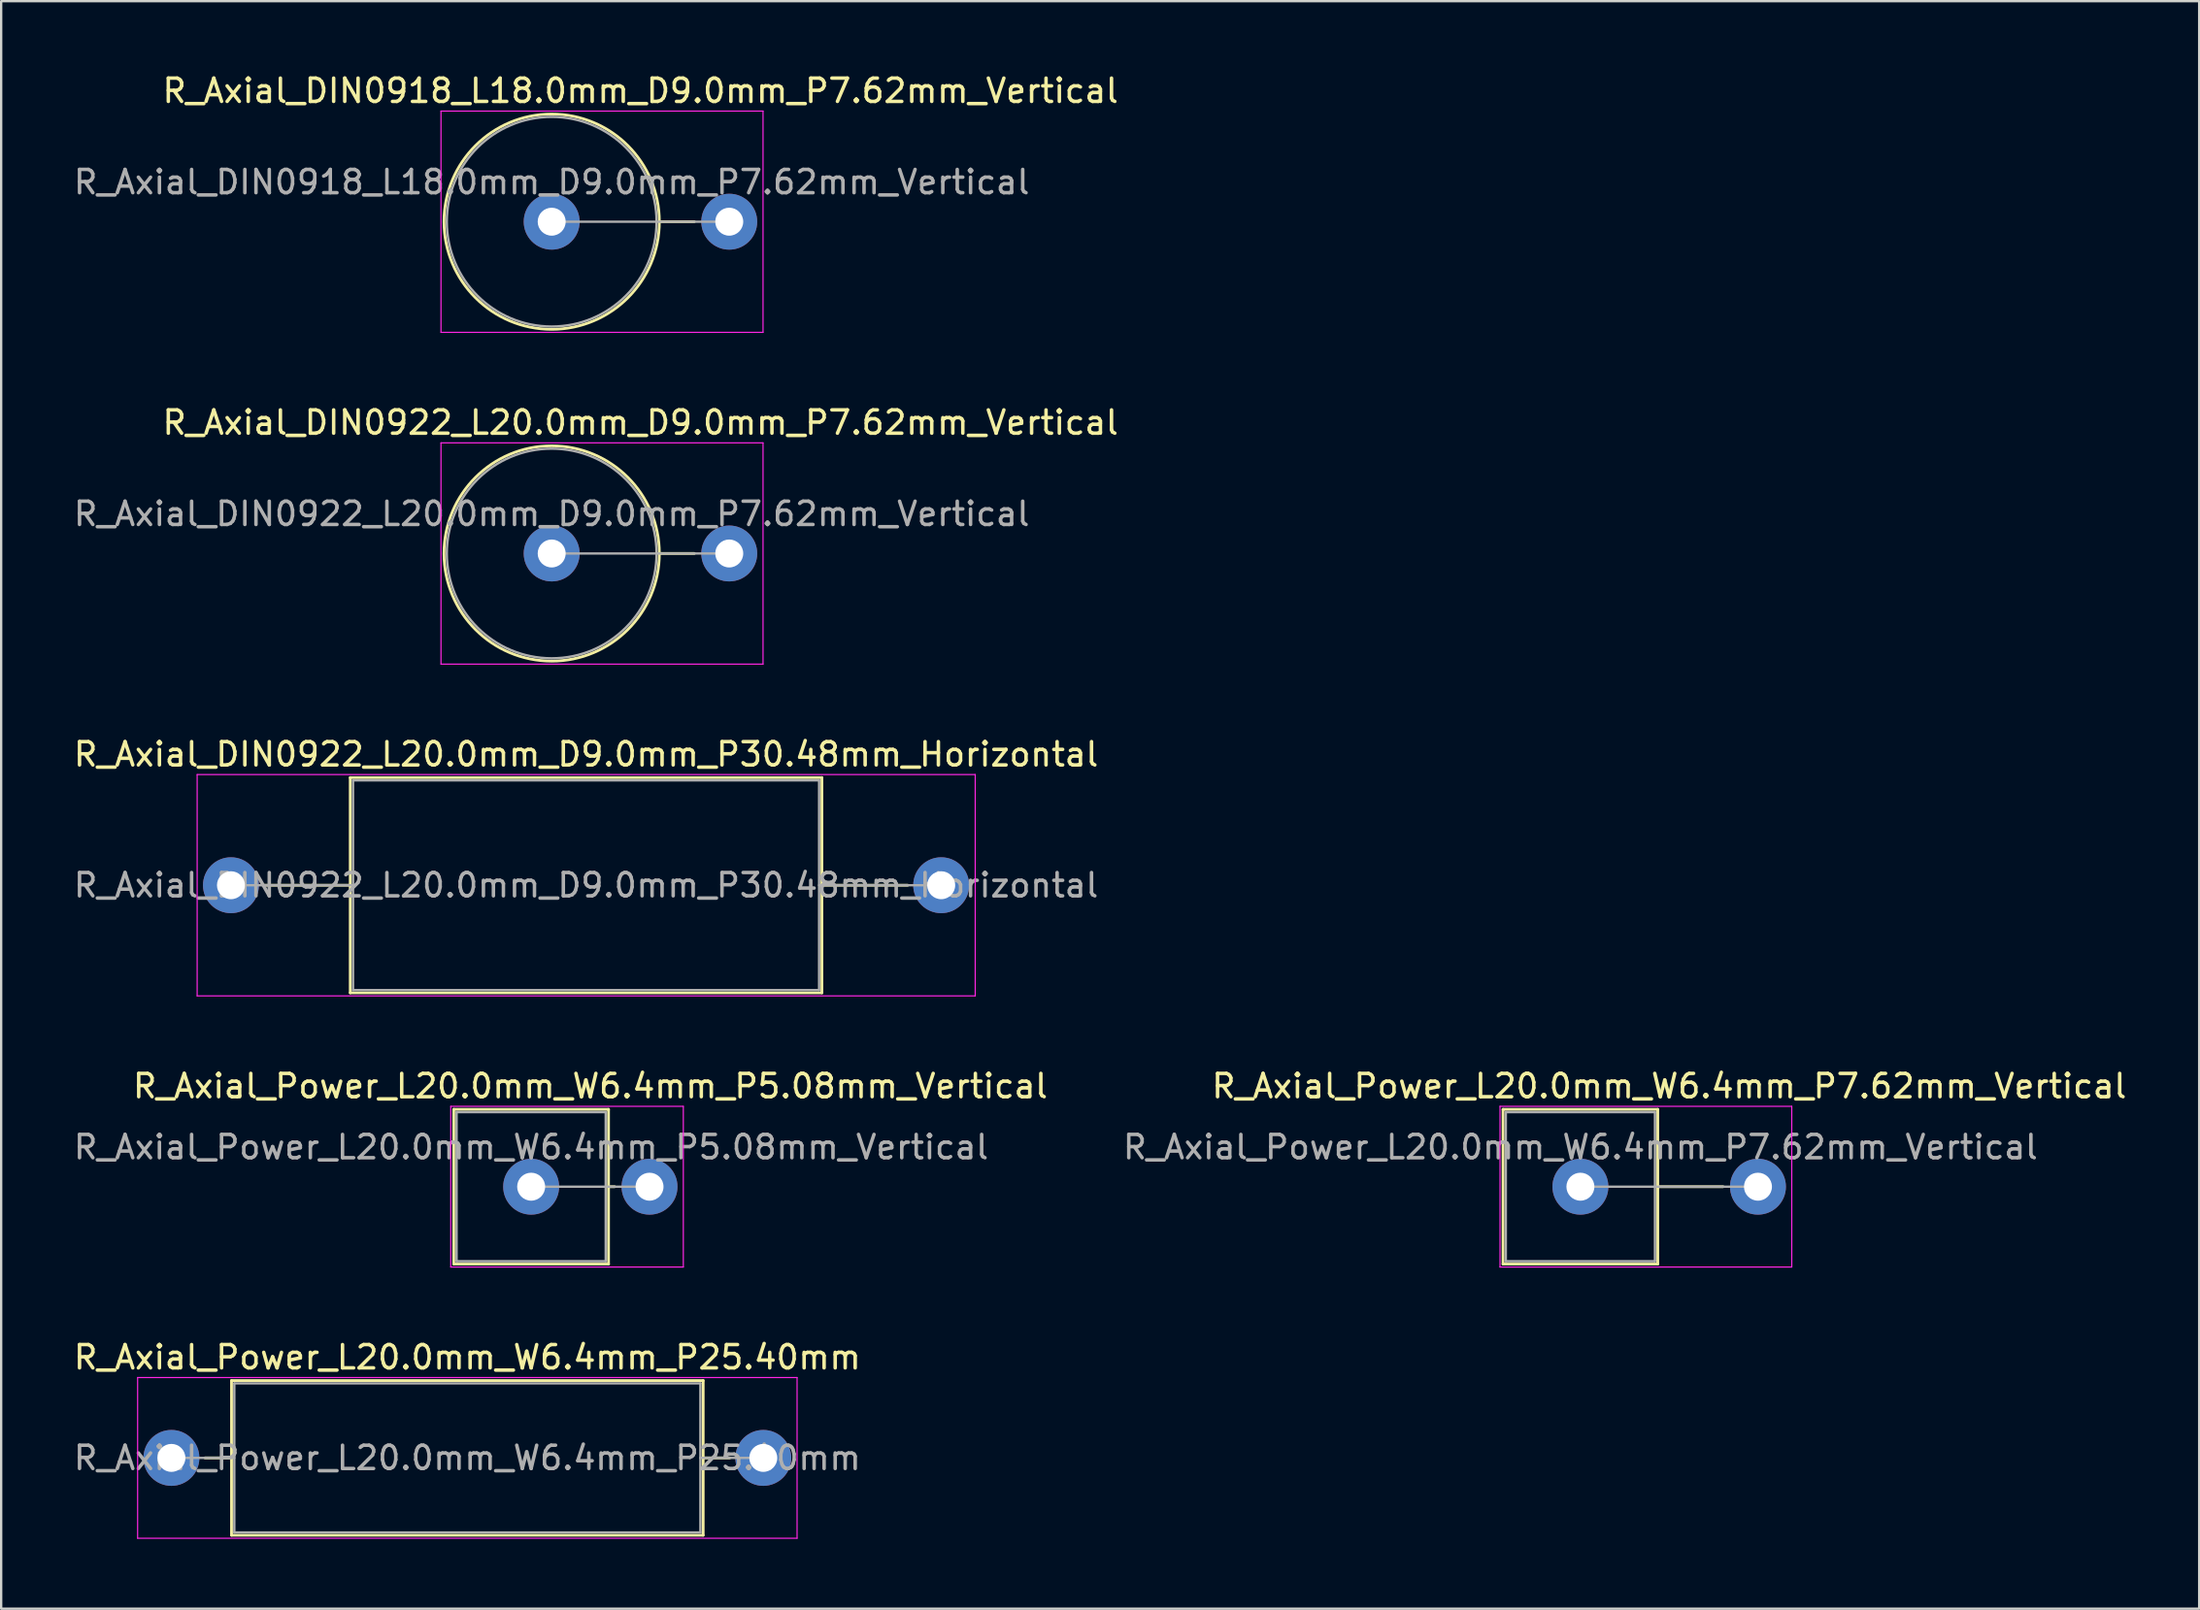
<source format=kicad_pcb>
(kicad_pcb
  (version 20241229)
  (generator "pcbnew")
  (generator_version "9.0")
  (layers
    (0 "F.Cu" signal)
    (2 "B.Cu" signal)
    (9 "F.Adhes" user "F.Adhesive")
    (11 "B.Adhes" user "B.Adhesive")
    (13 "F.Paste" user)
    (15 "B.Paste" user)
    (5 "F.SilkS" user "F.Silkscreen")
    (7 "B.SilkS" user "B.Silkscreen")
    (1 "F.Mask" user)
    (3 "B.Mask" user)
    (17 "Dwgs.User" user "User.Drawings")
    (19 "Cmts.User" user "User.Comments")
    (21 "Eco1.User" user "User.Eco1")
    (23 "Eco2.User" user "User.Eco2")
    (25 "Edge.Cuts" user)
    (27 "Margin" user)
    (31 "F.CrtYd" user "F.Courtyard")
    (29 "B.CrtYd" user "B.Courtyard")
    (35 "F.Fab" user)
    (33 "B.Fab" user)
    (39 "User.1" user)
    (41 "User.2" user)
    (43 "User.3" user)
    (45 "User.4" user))
  (footprint "R_Axial_Power_L20.0mm_W6.4mm_P7.62mm_Vertical"
    (layer "F.Cu")
    (at 64.772 47.898)
    (property "Reference" "R_Axial_Power_L20.0mm_W6.4mm_P7.62mm_Vertical" (at 3.81 -4.32 0) (layer "F.SilkS") (effects (font (size 1 1) (thickness 0.15))))
    (attr through_hole)
    (fp_line (start -3.32 -3.32) (end -3.32 3.32) (stroke (width 0.12) (type solid)) (layer "F.SilkS"))
    (fp_line (start -3.32 3.32) (end 3.32 3.32) (stroke (width 0.12) (type solid)) (layer "F.SilkS"))
    (fp_line (start 3.32 -3.32) (end -3.32 -3.32) (stroke (width 0.12) (type solid)) (layer "F.SilkS"))
    (fp_line (start 3.32 0) (end 6.12 0) (stroke (width 0.12) (type solid)) (layer "F.SilkS"))
    (fp_line (start 3.32 3.32) (end 3.32 -3.32) (stroke (width 0.12) (type solid)) (layer "F.SilkS"))
    (fp_line (start -3.45 -3.45) (end -3.45 3.45) (stroke (width 0.05) (type solid)) (layer "F.CrtYd"))
    (fp_line (start -3.45 3.45) (end 9.07 3.45) (stroke (width 0.05) (type solid)) (layer "F.CrtYd"))
    (fp_line (start 9.07 -3.45) (end -3.45 -3.45) (stroke (width 0.05) (type solid)) (layer "F.CrtYd"))
    (fp_line (start 9.07 3.45) (end 9.07 -3.45) (stroke (width 0.05) (type solid)) (layer "F.CrtYd"))
    (fp_line (start -3.2 -3.2) (end -3.2 3.2) (stroke (width 0.1) (type solid)) (layer "F.Fab"))
    (fp_line (start -3.2 3.2) (end 3.2 3.2) (stroke (width 0.1) (type solid)) (layer "F.Fab"))
    (fp_line (start 0 0) (end 7.62 0) (stroke (width 0.1) (type solid)) (layer "F.Fab"))
    (fp_line (start 3.2 -3.2) (end -3.2 -3.2) (stroke (width 0.1) (type solid)) (layer "F.Fab"))
    (fp_line (start 3.2 3.2) (end 3.2 -3.2) (stroke (width 0.1) (type solid)) (layer "F.Fab"))
    (fp_text user "${REFERENCE}" (at 0 -1.7 0) (layer "F.Fab") (effects (font (size 1 1) (thickness 0.15))))
    (pad "1" thru_hole circle (at 0 0) (size 2.4 2.4) (drill 1.2) (layers "*.Cu" "*.Mask"))
    (pad "2" thru_hole oval (at 7.62 0) (size 2.4 2.4) (drill 1.2) (layers "*.Cu" "*.Mask")))
  (footprint "R_Axial_DIN0922_L20.0mm_D9.0mm_P7.62mm_Vertical"
    (layer "F.Cu")
    (at 20.625 20.712)
    (property "Reference" "R_Axial_DIN0922_L20.0mm_D9.0mm_P7.62mm_Vertical" (at 3.81 -5.62 0) (layer "F.SilkS") (effects (font (size 1 1) (thickness 0.15))))
    (attr through_hole)
    (fp_line (start 4.62 0) (end 6.12 0) (stroke (width 0.12) (type solid)) (layer "F.SilkS"))
    (fp_circle (center 0 0) (end 4.62 0) (stroke (width 0.12) (type solid)) (fill no) (layer "F.SilkS"))
    (fp_line (start -4.75 -4.75) (end -4.75 4.75) (stroke (width 0.05) (type solid)) (layer "F.CrtYd"))
    (fp_line (start -4.75 4.75) (end 9.07 4.75) (stroke (width 0.05) (type solid)) (layer "F.CrtYd"))
    (fp_line (start 9.07 -4.75) (end -4.75 -4.75) (stroke (width 0.05) (type solid)) (layer "F.CrtYd"))
    (fp_line (start 9.07 4.75) (end 9.07 -4.75) (stroke (width 0.05) (type solid)) (layer "F.CrtYd"))
    (fp_line (start 0 0) (end 7.62 0) (stroke (width 0.1) (type solid)) (layer "F.Fab"))
    (fp_circle (center 0 0) (end 4.5 0) (stroke (width 0.1) (type solid)) (fill no) (layer "F.Fab"))
    (fp_text user "${REFERENCE}" (at 0 -1.7 0) (layer "F.Fab") (effects (font (size 1 1) (thickness 0.15))))
    (pad "1" thru_hole circle (at 0 0) (size 2.4 2.4) (drill 1.2) (layers "*.Cu" "*.Mask"))
    (pad "2" thru_hole oval (at 7.62 0) (size 2.4 2.4) (drill 1.2) (layers "*.Cu" "*.Mask")))
  (footprint "R_Axial_DIN0922_L20.0mm_D9.0mm_P30.48mm_Horizontal"
    (layer "F.Cu")
    (at 6.861 34.955)
    (property "Reference" "R_Axial_DIN0922_L20.0mm_D9.0mm_P30.48mm_Horizontal" (at 15.24 -5.62 0) (layer "F.SilkS") (effects (font (size 1 1) (thickness 0.15))))
    (attr through_hole)
    (fp_line (start 1.44 0) (end 5.12 0) (stroke (width 0.12) (type solid)) (layer "F.SilkS"))
    (fp_line (start 5.12 -4.62) (end 5.12 4.62) (stroke (width 0.12) (type solid)) (layer "F.SilkS"))
    (fp_line (start 5.12 4.62) (end 25.36 4.62) (stroke (width 0.12) (type solid)) (layer "F.SilkS"))
    (fp_line (start 25.36 -4.62) (end 5.12 -4.62) (stroke (width 0.12) (type solid)) (layer "F.SilkS"))
    (fp_line (start 25.36 4.62) (end 25.36 -4.62) (stroke (width 0.12) (type solid)) (layer "F.SilkS"))
    (fp_line (start 29.04 0) (end 25.36 0) (stroke (width 0.12) (type solid)) (layer "F.SilkS"))
    (fp_line (start -1.45 -4.75) (end -1.45 4.75) (stroke (width 0.05) (type solid)) (layer "F.CrtYd"))
    (fp_line (start -1.45 4.75) (end 31.94 4.75) (stroke (width 0.05) (type solid)) (layer "F.CrtYd"))
    (fp_line (start 31.94 -4.75) (end -1.45 -4.75) (stroke (width 0.05) (type solid)) (layer "F.CrtYd"))
    (fp_line (start 31.94 4.75) (end 31.94 -4.75) (stroke (width 0.05) (type solid)) (layer "F.CrtYd"))
    (fp_line (start 0 0) (end 5.24 0) (stroke (width 0.1) (type solid)) (layer "F.Fab"))
    (fp_line (start 5.24 -4.5) (end 5.24 4.5) (stroke (width 0.1) (type solid)) (layer "F.Fab"))
    (fp_line (start 5.24 4.5) (end 25.24 4.5) (stroke (width 0.1) (type solid)) (layer "F.Fab"))
    (fp_line (start 25.24 -4.5) (end 5.24 -4.5) (stroke (width 0.1) (type solid)) (layer "F.Fab"))
    (fp_line (start 25.24 4.5) (end 25.24 -4.5) (stroke (width 0.1) (type solid)) (layer "F.Fab"))
    (fp_line (start 30.48 0) (end 25.24 0) (stroke (width 0.1) (type solid)) (layer "F.Fab"))
    (fp_text user "${REFERENCE}" (at 15.24 0 0) (layer "F.Fab") (effects (font (size 1 1) (thickness 0.15))))
    (pad "1" thru_hole circle (at 0 0) (size 2.4 2.4) (drill 1.2) (layers "*.Cu" "*.Mask"))
    (pad "2" thru_hole oval (at 30.48 0) (size 2.4 2.4) (drill 1.2) (layers "*.Cu" "*.Mask")))
  (footprint "R_Axial_Power_L20.0mm_W6.4mm_P5.08mm_Vertical"
    (layer "F.Cu")
    (at 19.744 47.898)
    (property "Reference" "R_Axial_Power_L20.0mm_W6.4mm_P5.08mm_Vertical" (at 2.54 -4.32 0) (layer "F.SilkS") (effects (font (size 1 1) (thickness 0.15))))
    (attr through_hole)
    (fp_line (start -3.32 -3.32) (end -3.32 3.32) (stroke (width 0.12) (type solid)) (layer "F.SilkS"))
    (fp_line (start -3.32 3.32) (end 3.32 3.32) (stroke (width 0.12) (type solid)) (layer "F.SilkS"))
    (fp_line (start 3.32 -3.32) (end -3.32 -3.32) (stroke (width 0.12) (type solid)) (layer "F.SilkS"))
    (fp_line (start 3.32 0) (end 3.58 0) (stroke (width 0.12) (type solid)) (layer "F.SilkS"))
    (fp_line (start 3.32 3.32) (end 3.32 -3.32) (stroke (width 0.12) (type solid)) (layer "F.SilkS"))
    (fp_line (start -3.45 -3.45) (end -3.45 3.45) (stroke (width 0.05) (type solid)) (layer "F.CrtYd"))
    (fp_line (start -3.45 3.45) (end 6.53 3.45) (stroke (width 0.05) (type solid)) (layer "F.CrtYd"))
    (fp_line (start 6.53 -3.45) (end -3.45 -3.45) (stroke (width 0.05) (type solid)) (layer "F.CrtYd"))
    (fp_line (start 6.53 3.45) (end 6.53 -3.45) (stroke (width 0.05) (type solid)) (layer "F.CrtYd"))
    (fp_line (start -3.2 -3.2) (end -3.2 3.2) (stroke (width 0.1) (type solid)) (layer "F.Fab"))
    (fp_line (start -3.2 3.2) (end 3.2 3.2) (stroke (width 0.1) (type solid)) (layer "F.Fab"))
    (fp_line (start 0 0) (end 5.08 0) (stroke (width 0.1) (type solid)) (layer "F.Fab"))
    (fp_line (start 3.2 -3.2) (end -3.2 -3.2) (stroke (width 0.1) (type solid)) (layer "F.Fab"))
    (fp_line (start 3.2 3.2) (end 3.2 -3.2) (stroke (width 0.1) (type solid)) (layer "F.Fab"))
    (fp_text user "${REFERENCE}" (at 0 -1.7 0) (layer "F.Fab") (effects (font (size 1 1) (thickness 0.15))))
    (pad "1" thru_hole circle (at 0 0) (size 2.4 2.4) (drill 1.2) (layers "*.Cu" "*.Mask"))
    (pad "2" thru_hole oval (at 5.08 0) (size 2.4 2.4) (drill 1.2) (layers "*.Cu" "*.Mask")))
  (footprint "R_Axial_DIN0918_L18.0mm_D9.0mm_P7.62mm_Vertical"
    (layer "F.Cu")
    (at 20.625 6.468)
    (property "Reference" "R_Axial_DIN0918_L18.0mm_D9.0mm_P7.62mm_Vertical" (at 3.81 -5.62 0) (layer "F.SilkS") (effects (font (size 1 1) (thickness 0.15))))
    (attr through_hole)
    (fp_line (start 4.62 0) (end 6.12 0) (stroke (width 0.12) (type solid)) (layer "F.SilkS"))
    (fp_circle (center 0 0) (end 4.62 0) (stroke (width 0.12) (type solid)) (fill no) (layer "F.SilkS"))
    (fp_line (start -4.75 -4.75) (end -4.75 4.75) (stroke (width 0.05) (type solid)) (layer "F.CrtYd"))
    (fp_line (start -4.75 4.75) (end 9.07 4.75) (stroke (width 0.05) (type solid)) (layer "F.CrtYd"))
    (fp_line (start 9.07 -4.75) (end -4.75 -4.75) (stroke (width 0.05) (type solid)) (layer "F.CrtYd"))
    (fp_line (start 9.07 4.75) (end 9.07 -4.75) (stroke (width 0.05) (type solid)) (layer "F.CrtYd"))
    (fp_line (start 0 0) (end 7.62 0) (stroke (width 0.1) (type solid)) (layer "F.Fab"))
    (fp_circle (center 0 0) (end 4.5 0) (stroke (width 0.1) (type solid)) (fill no) (layer "F.Fab"))
    (fp_text user "${REFERENCE}" (at 0 -1.7 0) (layer "F.Fab") (effects (font (size 1 1) (thickness 0.15))))
    (pad "1" thru_hole circle (at 0 0) (size 2.4 2.4) (drill 1.2) (layers "*.Cu" "*.Mask"))
    (pad "2" thru_hole oval (at 7.62 0) (size 2.4 2.4) (drill 1.2) (layers "*.Cu" "*.Mask")))
  (footprint "R_Axial_Power_L20.0mm_W6.4mm_P25.40mm"
    (layer "F.Cu")
    (at 4.306 59.541)
    (property "Reference" "R_Axial_Power_L20.0mm_W6.4mm_P25.40mm" (at 12.7 -4.32 0) (layer "F.SilkS") (effects (font (size 1 1) (thickness 0.15))))
    (attr through_hole)
    (fp_line (start 1.44 0) (end 2.58 0) (stroke (width 0.12) (type solid)) (layer "F.SilkS"))
    (fp_line (start 2.58 -3.32) (end 2.58 3.32) (stroke (width 0.12) (type solid)) (layer "F.SilkS"))
    (fp_line (start 2.58 3.32) (end 22.82 3.32) (stroke (width 0.12) (type solid)) (layer "F.SilkS"))
    (fp_line (start 22.82 -3.32) (end 2.58 -3.32) (stroke (width 0.12) (type solid)) (layer "F.SilkS"))
    (fp_line (start 22.82 3.32) (end 22.82 -3.32) (stroke (width 0.12) (type solid)) (layer "F.SilkS"))
    (fp_line (start 23.96 0) (end 22.82 0) (stroke (width 0.12) (type solid)) (layer "F.SilkS"))
    (fp_line (start -1.45 -3.45) (end -1.45 3.45) (stroke (width 0.05) (type solid)) (layer "F.CrtYd"))
    (fp_line (start -1.45 3.45) (end 26.85 3.45) (stroke (width 0.05) (type solid)) (layer "F.CrtYd"))
    (fp_line (start 26.85 -3.45) (end -1.45 -3.45) (stroke (width 0.05) (type solid)) (layer "F.CrtYd"))
    (fp_line (start 26.85 3.45) (end 26.85 -3.45) (stroke (width 0.05) (type solid)) (layer "F.CrtYd"))
    (fp_line (start 0 0) (end 2.7 0) (stroke (width 0.1) (type solid)) (layer "F.Fab"))
    (fp_line (start 2.7 -3.2) (end 2.7 3.2) (stroke (width 0.1) (type solid)) (layer "F.Fab"))
    (fp_line (start 2.7 3.2) (end 22.7 3.2) (stroke (width 0.1) (type solid)) (layer "F.Fab"))
    (fp_line (start 22.7 -3.2) (end 2.7 -3.2) (stroke (width 0.1) (type solid)) (layer "F.Fab"))
    (fp_line (start 22.7 3.2) (end 22.7 -3.2) (stroke (width 0.1) (type solid)) (layer "F.Fab"))
    (fp_line (start 25.4 0) (end 22.7 0) (stroke (width 0.1) (type solid)) (layer "F.Fab"))
    (fp_text user "${REFERENCE}" (at 12.7 0 0) (layer "F.Fab") (effects (font (size 1 1) (thickness 0.15))))
    (pad "1" thru_hole circle (at 0 0) (size 2.4 2.4) (drill 1.2) (layers "*.Cu" "*.Mask"))
    (pad "2" thru_hole oval (at 25.4 0) (size 2.4 2.4) (drill 1.2) (layers "*.Cu" "*.Mask")))
  (gr_rect
    (start -3 -3)
    (end 91.326 66.016)
    (stroke (width 0.1) (type default))
    (fill no)
    (layer "Edge.Cuts")))
</source>
